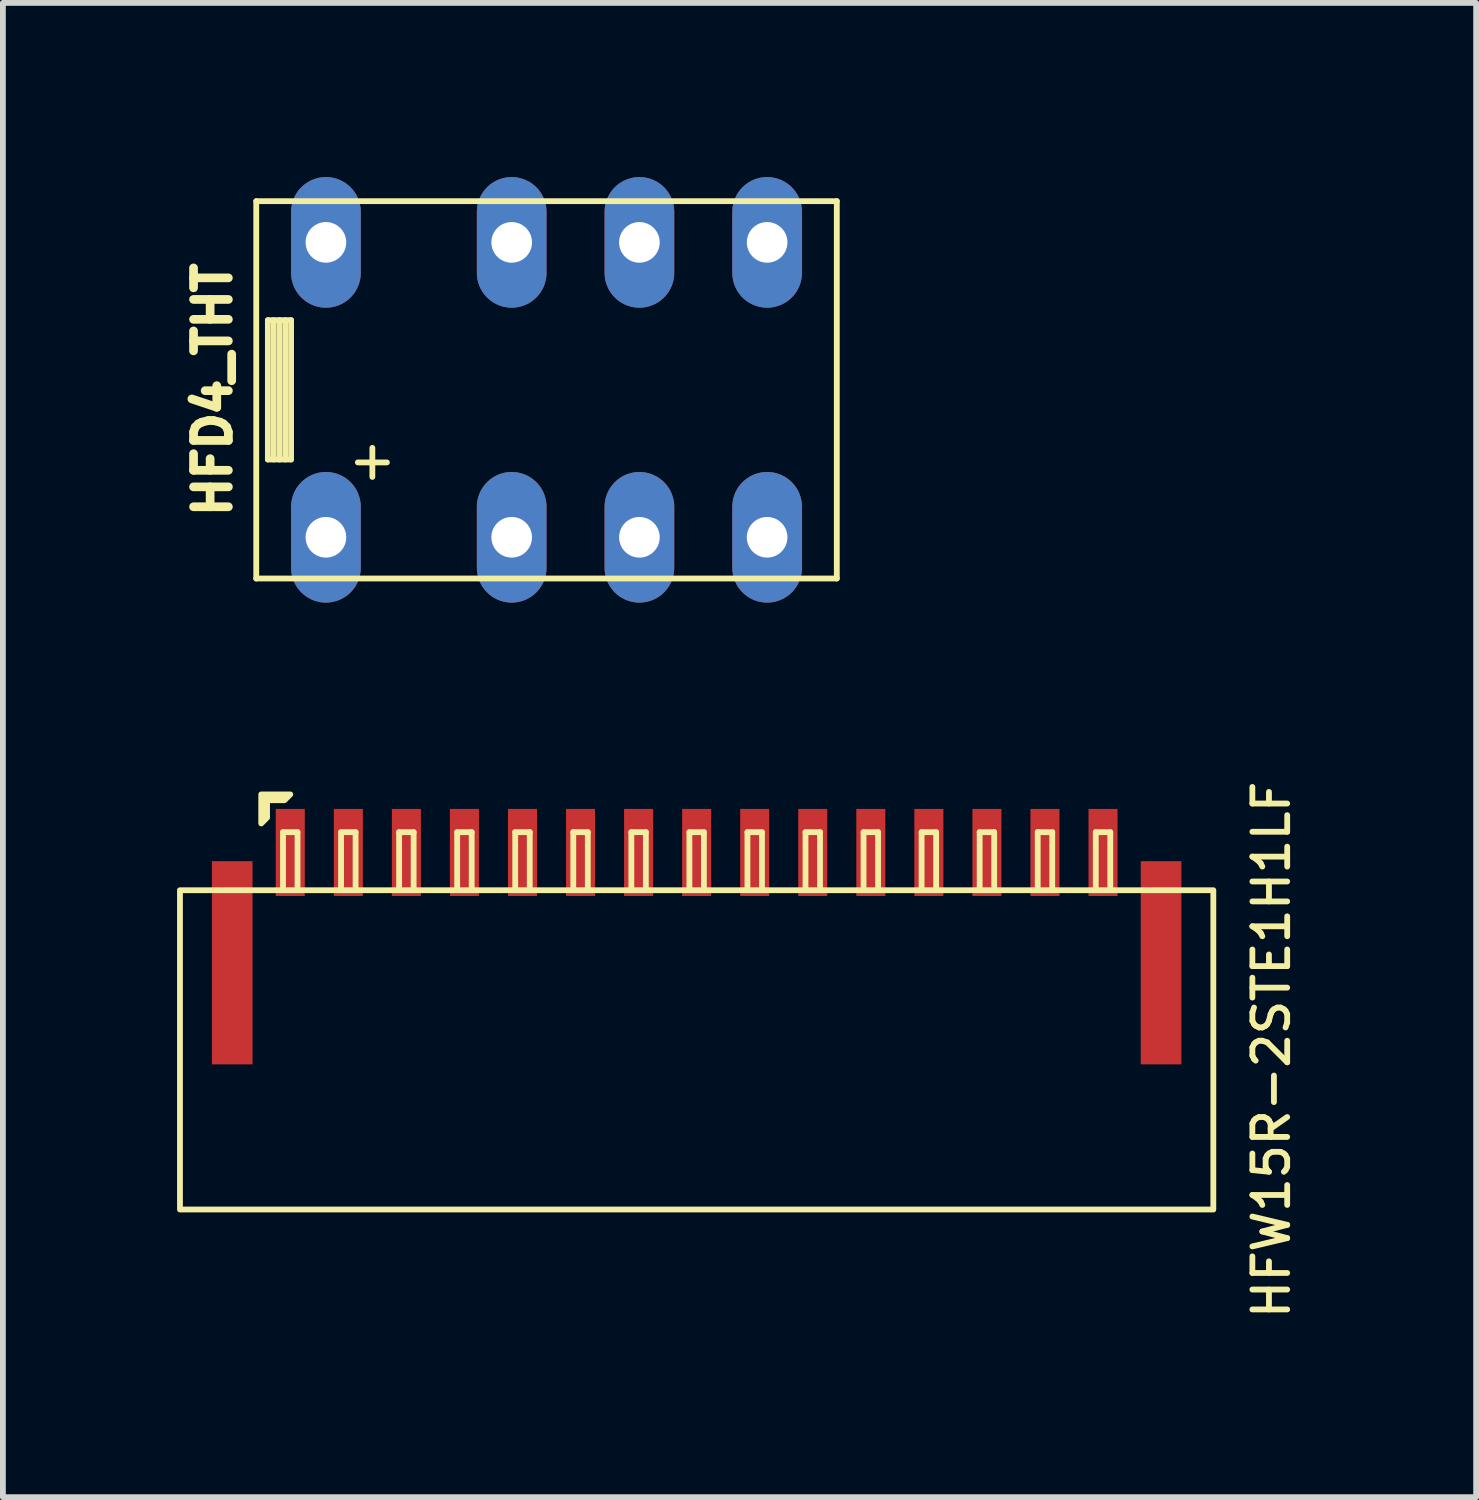
<source format=kicad_pcb>
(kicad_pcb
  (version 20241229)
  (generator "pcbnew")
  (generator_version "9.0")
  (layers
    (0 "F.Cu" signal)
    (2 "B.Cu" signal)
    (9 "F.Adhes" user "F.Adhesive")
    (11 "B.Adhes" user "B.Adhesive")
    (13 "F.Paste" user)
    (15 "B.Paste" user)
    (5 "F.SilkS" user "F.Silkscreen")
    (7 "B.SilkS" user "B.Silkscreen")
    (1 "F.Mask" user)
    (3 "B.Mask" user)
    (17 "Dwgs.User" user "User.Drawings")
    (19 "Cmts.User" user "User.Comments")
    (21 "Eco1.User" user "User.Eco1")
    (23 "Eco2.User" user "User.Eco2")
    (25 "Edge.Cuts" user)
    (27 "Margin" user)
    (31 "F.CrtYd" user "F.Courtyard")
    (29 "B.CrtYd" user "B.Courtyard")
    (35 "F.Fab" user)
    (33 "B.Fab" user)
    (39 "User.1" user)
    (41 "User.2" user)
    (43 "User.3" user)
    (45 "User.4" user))
  (footprint "HFW15R-2STE1H1LF"
    (layer "F.Cu")
    (at 8.95 15.034)
    (property "Reference" "HFW15R-2STE1H1LF" (at 9.9 0 90) (unlocked yes) (layer "F.SilkS") (effects (font (size 0.6 0.6) (thickness 0.1))))
    (attr smd)
    (fp_line (start -7.125 -3.75) (end -6.875 -3.75) (stroke (width 0.1) (type default)) (layer "F.SilkS"))
    (fp_line (start -7.125 -2.75) (end -7.125 -3.75) (stroke (width 0.1) (type default)) (layer "F.SilkS"))
    (fp_line (start -6.875 -2.75) (end -6.875 -3.75) (stroke (width 0.1) (type default)) (layer "F.SilkS"))
    (fp_line (start -6.125 -3.75) (end -5.875 -3.75) (stroke (width 0.1) (type default)) (layer "F.SilkS"))
    (fp_line (start -6.125 -2.75) (end -6.125 -3.75) (stroke (width 0.1) (type default)) (layer "F.SilkS"))
    (fp_line (start -5.875 -2.75) (end -5.875 -3.75) (stroke (width 0.1) (type default)) (layer "F.SilkS"))
    (fp_line (start -5.125 -3.75) (end -4.875 -3.75) (stroke (width 0.1) (type default)) (layer "F.SilkS"))
    (fp_line (start -5.125 -2.75) (end -5.125 -3.75) (stroke (width 0.1) (type default)) (layer "F.SilkS"))
    (fp_line (start -4.875 -2.75) (end -4.875 -3.75) (stroke (width 0.1) (type default)) (layer "F.SilkS"))
    (fp_line (start -4.125 -3.75) (end -3.875 -3.75) (stroke (width 0.1) (type default)) (layer "F.SilkS"))
    (fp_line (start -4.125 -2.75) (end -4.125 -3.75) (stroke (width 0.1) (type default)) (layer "F.SilkS"))
    (fp_line (start -3.875 -2.75) (end -3.875 -3.75) (stroke (width 0.1) (type default)) (layer "F.SilkS"))
    (fp_line (start -3.125 -3.75) (end -2.875 -3.75) (stroke (width 0.1) (type default)) (layer "F.SilkS"))
    (fp_line (start -3.125 -2.75) (end -3.125 -3.75) (stroke (width 0.1) (type default)) (layer "F.SilkS"))
    (fp_line (start -2.875 -2.75) (end -2.875 -3.75) (stroke (width 0.1) (type default)) (layer "F.SilkS"))
    (fp_line (start -2.125 -3.75) (end -1.875 -3.75) (stroke (width 0.1) (type default)) (layer "F.SilkS"))
    (fp_line (start -2.125 -2.75) (end -2.125 -3.75) (stroke (width 0.1) (type default)) (layer "F.SilkS"))
    (fp_line (start -1.875 -2.75) (end -1.875 -3.75) (stroke (width 0.1) (type default)) (layer "F.SilkS"))
    (fp_line (start -1.125 -3.75) (end -0.875 -3.75) (stroke (width 0.1) (type default)) (layer "F.SilkS"))
    (fp_line (start -1.125 -2.75) (end -1.125 -3.75) (stroke (width 0.1) (type default)) (layer "F.SilkS"))
    (fp_line (start -0.875 -2.75) (end -0.875 -3.75) (stroke (width 0.1) (type default)) (layer "F.SilkS"))
    (fp_line (start -0.125 -3.75) (end 0.125 -3.75) (stroke (width 0.1) (type default)) (layer "F.SilkS"))
    (fp_line (start -0.125 -2.75) (end -0.125 -3.75) (stroke (width 0.1) (type default)) (layer "F.SilkS"))
    (fp_line (start 0.125 -2.75) (end 0.125 -3.75) (stroke (width 0.1) (type default)) (layer "F.SilkS"))
    (fp_line (start 0.875 -3.75) (end 1.125 -3.75) (stroke (width 0.1) (type default)) (layer "F.SilkS"))
    (fp_line (start 0.875 -2.75) (end 0.875 -3.75) (stroke (width 0.1) (type default)) (layer "F.SilkS"))
    (fp_line (start 1.125 -2.75) (end 1.125 -3.75) (stroke (width 0.1) (type default)) (layer "F.SilkS"))
    (fp_line (start 1.875 -3.75) (end 2.125 -3.75) (stroke (width 0.1) (type default)) (layer "F.SilkS"))
    (fp_line (start 1.875 -2.75) (end 1.875 -3.75) (stroke (width 0.1) (type default)) (layer "F.SilkS"))
    (fp_line (start 2.125 -2.75) (end 2.125 -3.75) (stroke (width 0.1) (type default)) (layer "F.SilkS"))
    (fp_line (start 2.875 -3.75) (end 3.125 -3.75) (stroke (width 0.1) (type default)) (layer "F.SilkS"))
    (fp_line (start 2.875 -2.75) (end 2.875 -3.75) (stroke (width 0.1) (type default)) (layer "F.SilkS"))
    (fp_line (start 3.125 -2.75) (end 3.125 -3.75) (stroke (width 0.1) (type default)) (layer "F.SilkS"))
    (fp_line (start 3.875 -3.75) (end 4.125 -3.75) (stroke (width 0.1) (type default)) (layer "F.SilkS"))
    (fp_line (start 3.875 -2.75) (end 3.875 -3.75) (stroke (width 0.1) (type default)) (layer "F.SilkS"))
    (fp_line (start 4.125 -2.75) (end 4.125 -3.75) (stroke (width 0.1) (type default)) (layer "F.SilkS"))
    (fp_line (start 4.875 -3.75) (end 5.125 -3.75) (stroke (width 0.1) (type default)) (layer "F.SilkS"))
    (fp_line (start 4.875 -2.75) (end 4.875 -3.75) (stroke (width 0.1) (type default)) (layer "F.SilkS"))
    (fp_line (start 5.125 -2.75) (end 5.125 -3.75) (stroke (width 0.1) (type default)) (layer "F.SilkS"))
    (fp_line (start 5.875 -3.75) (end 6.125 -3.75) (stroke (width 0.1) (type default)) (layer "F.SilkS"))
    (fp_line (start 5.875 -2.75) (end 5.875 -3.75) (stroke (width 0.1) (type default)) (layer "F.SilkS"))
    (fp_line (start 6.125 -2.75) (end 6.125 -3.75) (stroke (width 0.1) (type default)) (layer "F.SilkS"))
    (fp_line (start 6.875 -3.75) (end 7.125 -3.75) (stroke (width 0.1) (type default)) (layer "F.SilkS"))
    (fp_line (start 6.875 -2.75) (end 6.875 -3.75) (stroke (width 0.1) (type default)) (layer "F.SilkS"))
    (fp_line (start 7.125 -2.75) (end 7.125 -3.75) (stroke (width 0.1) (type default)) (layer "F.SilkS"))
    (fp_rect (start -8.9 -2.75) (end 8.9 2.75) (stroke (width 0.1) (type default)) (fill no) (layer "F.SilkS"))
    (fp_poly (pts (xy -7.4 -4.3) (xy -7.1 -4.3) (xy -7 -4.4) (xy -7.5 -4.4) (xy -7.5 -3.9) (xy -7.4 -4)) (stroke (width 0.1) (type solid)) (fill yes) (layer "F.SilkS"))
    (pad "" smd rect (at -8 -1.5) (size 0.7 3.5) (layers "F.Cu" "F.Mask" "F.Paste"))
    (pad "" smd rect (at 8 -1.5) (size 0.7 3.5) (layers "F.Cu" "F.Mask" "F.Paste"))
    (pad "1" smd rect (at -7 -3.4) (size 0.5 1.5) (layers "F.Cu" "F.Mask" "F.Paste"))
    (pad "2" smd rect (at -6 -3.4) (size 0.5 1.5) (layers "F.Cu" "F.Mask" "F.Paste"))
    (pad "3" smd rect (at -5 -3.4) (size 0.5 1.5) (layers "F.Cu" "F.Mask" "F.Paste"))
    (pad "4" smd rect (at -4 -3.4) (size 0.5 1.5) (layers "F.Cu" "F.Mask" "F.Paste"))
    (pad "5" smd rect (at -3 -3.4) (size 0.5 1.5) (layers "F.Cu" "F.Mask" "F.Paste"))
    (pad "6" smd rect (at -2 -3.4) (size 0.5 1.5) (layers "F.Cu" "F.Mask" "F.Paste"))
    (pad "7" smd rect (at -1 -3.4) (size 0.5 1.5) (layers "F.Cu" "F.Mask" "F.Paste"))
    (pad "8" smd rect (at 0 -3.4) (size 0.5 1.5) (layers "F.Cu" "F.Mask" "F.Paste"))
    (pad "9" smd rect (at 1 -3.4) (size 0.5 1.5) (layers "F.Cu" "F.Mask" "F.Paste"))
    (pad "10" smd rect (at 2 -3.4) (size 0.5 1.5) (layers "F.Cu" "F.Mask" "F.Paste"))
    (pad "11" smd rect (at 3 -3.4) (size 0.5 1.5) (layers "F.Cu" "F.Mask" "F.Paste"))
    (pad "12" smd rect (at 4 -3.4) (size 0.5 1.5) (layers "F.Cu" "F.Mask" "F.Paste"))
    (pad "13" smd rect (at 5 -3.4) (size 0.5 1.5) (layers "F.Cu" "F.Mask" "F.Paste"))
    (pad "14" smd rect (at 6 -3.4) (size 0.5 1.5) (layers "F.Cu" "F.Mask" "F.Paste"))
    (pad "15" smd rect (at 7 -3.4) (size 0.5 1.5) (layers "F.Cu" "F.Mask" "F.Paste")))
  (footprint "HFD4_THT"
    (layer "F.Cu")
    (at 6.364 3.665)
    (property "Reference" "HFD4_THT" (at -5.75 0 90) (layer "F.SilkS") (effects (font (size 0.6 0.6) (thickness 0.15))))
    (attr through_hole)
    (fp_line (start -5 -3.25) (end 5 -3.25) (stroke (width 0.1) (type solid)) (layer "F.SilkS"))
    (fp_line (start -5 3.25) (end -5 -3.25) (stroke (width 0.1) (type solid)) (layer "F.SilkS"))
    (fp_line (start -4.8 -1.2) (end -4.8 1.2) (stroke (width 0.1) (type solid)) (layer "F.SilkS"))
    (fp_line (start -4.8 1.2) (end -4.4 1.2) (stroke (width 0.1) (type solid)) (layer "F.SilkS"))
    (fp_line (start -4.7 1.2) (end -4.7 -1.2) (stroke (width 0.1) (type solid)) (layer "F.SilkS"))
    (fp_line (start -4.6 -1.2) (end -4.6 1.2) (stroke (width 0.1) (type solid)) (layer "F.SilkS"))
    (fp_line (start -4.5 -1.2) (end -4.5 1.2) (stroke (width 0.1) (type solid)) (layer "F.SilkS"))
    (fp_line (start -4.4 -1.2) (end -4.8 -1.2) (stroke (width 0.1) (type solid)) (layer "F.SilkS"))
    (fp_line (start -4.4 1.2) (end -4.4 -1.2) (stroke (width 0.1) (type solid)) (layer "F.SilkS"))
    (fp_line (start -3.25 1.25) (end -2.75 1.25) (stroke (width 0.1) (type solid)) (layer "F.SilkS"))
    (fp_line (start -3 1) (end -3 1.5) (stroke (width 0.1) (type solid)) (layer "F.SilkS"))
    (fp_line (start 5 -3.25) (end 5 3.25) (stroke (width 0.1) (type solid)) (layer "F.SilkS"))
    (fp_line (start 5 3.25) (end -5 3.25) (stroke (width 0.1) (type solid)) (layer "F.SilkS"))
    (pad "1" thru_hole oval (at -3.8 2.54) (size 1.2 2.25) (drill 0.7) (layers "*.Cu" "*.Mask"))
    (pad "2" thru_hole oval (at -0.6 2.54) (size 1.2 2.25) (drill 0.7) (layers "*.Cu" "*.Mask"))
    (pad "3" thru_hole oval (at 1.6 2.54) (size 1.2 2.25) (drill 0.7) (layers "*.Cu" "*.Mask"))
    (pad "4" thru_hole oval (at 3.8 2.54) (size 1.2 2.25) (drill 0.7) (layers "*.Cu" "*.Mask"))
    (pad "5" thru_hole oval (at 3.8 -2.54) (size 1.2 2.25) (drill 0.7) (layers "*.Cu" "*.Mask"))
    (pad "6" thru_hole oval (at 1.6 -2.54) (size 1.2 2.25) (drill 0.7) (layers "*.Cu" "*.Mask"))
    (pad "7" thru_hole oval (at -0.6 -2.54) (size 1.2 2.25) (drill 0.7) (layers "*.Cu" "*.Mask"))
    (pad "8" thru_hole oval (at -3.8 -2.54) (size 1.2 2.25) (drill 0.7) (layers "*.Cu" "*.Mask")))
  (gr_rect
    (start -3 -3)
    (end 22.377 22.739)
    (stroke (width 0.1) (type default))
    (fill no)
    (layer "Edge.Cuts")))
</source>
